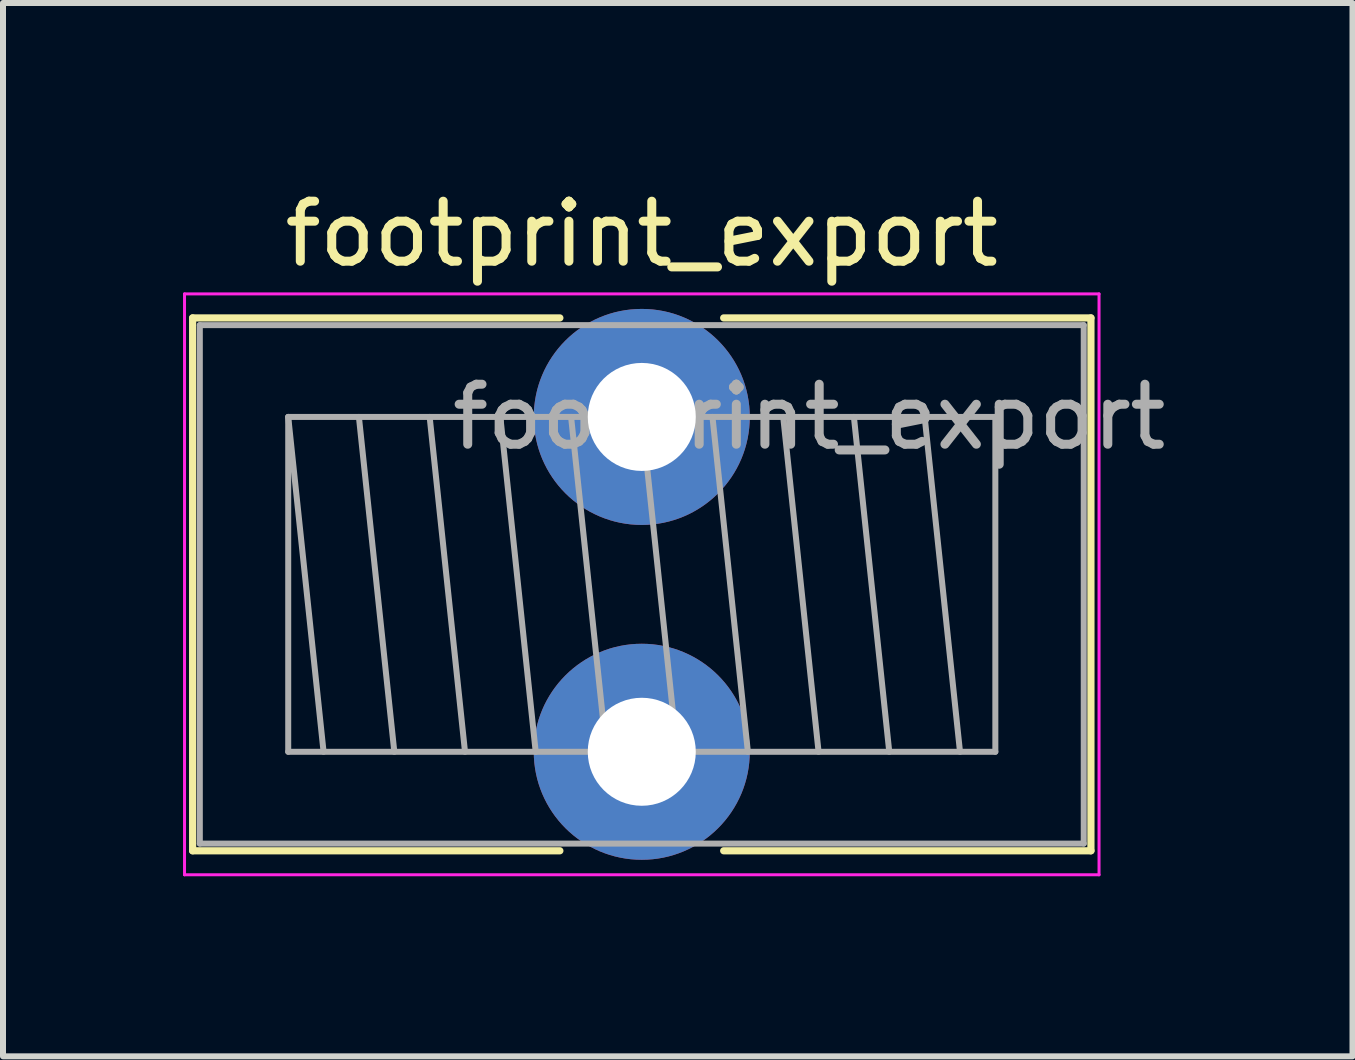
<source format=kicad_pcb>
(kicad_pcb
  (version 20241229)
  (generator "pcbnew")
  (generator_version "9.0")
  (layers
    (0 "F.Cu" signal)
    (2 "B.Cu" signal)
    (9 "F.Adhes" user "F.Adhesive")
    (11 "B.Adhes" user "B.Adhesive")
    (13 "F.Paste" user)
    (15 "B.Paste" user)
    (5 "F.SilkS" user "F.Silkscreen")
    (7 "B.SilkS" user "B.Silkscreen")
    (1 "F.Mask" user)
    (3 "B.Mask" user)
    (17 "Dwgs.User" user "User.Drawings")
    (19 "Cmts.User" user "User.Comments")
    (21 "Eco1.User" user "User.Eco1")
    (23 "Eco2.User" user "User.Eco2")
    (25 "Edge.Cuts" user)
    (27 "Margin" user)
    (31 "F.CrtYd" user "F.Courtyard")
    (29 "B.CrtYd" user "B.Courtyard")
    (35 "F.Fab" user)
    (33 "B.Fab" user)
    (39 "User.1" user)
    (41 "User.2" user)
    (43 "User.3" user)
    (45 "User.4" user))
  (footprint "footprint_export"
    (layer "F.Cu")
    (at 7.645 3.898)
    (property "Reference" "footprint_export" (at 0 -3.05 0) (layer "F.SilkS") (effects (font (size 1 1) (thickness 0.15))))
    (attr through_hole)
    (fp_line (start -7.485 -1.65) (end -7.485 7.23) (stroke (width 0.12) (type solid)) (layer "F.SilkS"))
    (fp_line (start -7.485 -1.65) (end -1.365 -1.65) (stroke (width 0.12) (type solid)) (layer "F.SilkS"))
    (fp_line (start -7.485 7.23) (end -1.365 7.23) (stroke (width 0.12) (type solid)) (layer "F.SilkS"))
    (fp_line (start 1.365 -1.65) (end 7.485 -1.65) (stroke (width 0.12) (type solid)) (layer "F.SilkS"))
    (fp_line (start 1.365 7.23) (end 7.485 7.23) (stroke (width 0.12) (type solid)) (layer "F.SilkS"))
    (fp_line (start 7.485 -1.65) (end 7.485 7.23) (stroke (width 0.12) (type solid)) (layer "F.SilkS"))
    (fp_line (start -7.62 -2.05) (end -7.62 7.63) (stroke (width 0.05) (type solid)) (layer "F.CrtYd"))
    (fp_line (start -7.62 7.63) (end 7.62 7.63) (stroke (width 0.05) (type solid)) (layer "F.CrtYd"))
    (fp_line (start 7.62 -2.05) (end -7.62 -2.05) (stroke (width 0.05) (type solid)) (layer "F.CrtYd"))
    (fp_line (start 7.62 7.63) (end 7.62 -2.05) (stroke (width 0.05) (type solid)) (layer "F.CrtYd"))
    (fp_line (start -7.365 -1.53) (end -7.365 7.11) (stroke (width 0.1) (type solid)) (layer "F.Fab"))
    (fp_line (start -7.365 7.11) (end 7.365 7.11) (stroke (width 0.1) (type solid)) (layer "F.Fab"))
    (fp_line (start -5.892 0) (end -5.892 5.58) (stroke (width 0.1) (type solid)) (layer "F.Fab"))
    (fp_line (start -5.892 0) (end -5.303 5.58) (stroke (width 0.1) (type solid)) (layer "F.Fab"))
    (fp_line (start -5.892 5.58) (end 5.892 5.58) (stroke (width 0.1) (type solid)) (layer "F.Fab"))
    (fp_line (start -4.714 0) (end -4.124 5.58) (stroke (width 0.1) (type solid)) (layer "F.Fab"))
    (fp_line (start -3.535 0) (end -2.946 5.58) (stroke (width 0.1) (type solid)) (layer "F.Fab"))
    (fp_line (start -2.357 0) (end -1.768 5.58) (stroke (width 0.1) (type solid)) (layer "F.Fab"))
    (fp_line (start -1.178 0) (end -0.589 5.58) (stroke (width 0.1) (type solid)) (layer "F.Fab"))
    (fp_line (start 0 0) (end 0.589 5.58) (stroke (width 0.1) (type solid)) (layer "F.Fab"))
    (fp_line (start 1.178 0) (end 1.768 5.58) (stroke (width 0.1) (type solid)) (layer "F.Fab"))
    (fp_line (start 2.357 0) (end 2.946 5.58) (stroke (width 0.1) (type solid)) (layer "F.Fab"))
    (fp_line (start 3.535 0) (end 4.124 5.58) (stroke (width 0.1) (type solid)) (layer "F.Fab"))
    (fp_line (start 4.714 0) (end 5.303 5.58) (stroke (width 0.1) (type solid)) (layer "F.Fab"))
    (fp_line (start 5.892 0) (end -5.892 0) (stroke (width 0.1) (type solid)) (layer "F.Fab"))
    (fp_line (start 5.892 5.58) (end 5.892 0) (stroke (width 0.1) (type solid)) (layer "F.Fab"))
    (fp_line (start 7.365 -1.53) (end -7.365 -1.53) (stroke (width 0.1) (type solid)) (layer "F.Fab"))
    (fp_line (start 7.365 7.11) (end 7.365 -1.53) (stroke (width 0.1) (type solid)) (layer "F.Fab"))
    (fp_text user "${REFERENCE}" (at 2.79 0 0) (layer "F.Fab") (effects (font (size 1 1) (thickness 0.15))))
    (pad "1" thru_hole circle (at 0 0) (size 3.6 3.6) (drill 1.8) (layers "*.Cu" "*.Mask"))
    (pad "2" thru_hole circle (at 0 5.58) (size 3.6 3.6) (drill 1.8) (layers "*.Cu" "*.Mask")))
  (gr_rect
    (start -3 -3)
    (end 19.489 14.553)
    (stroke (width 0.1) (type default))
    (fill no)
    (layer "Edge.Cuts")))
</source>
